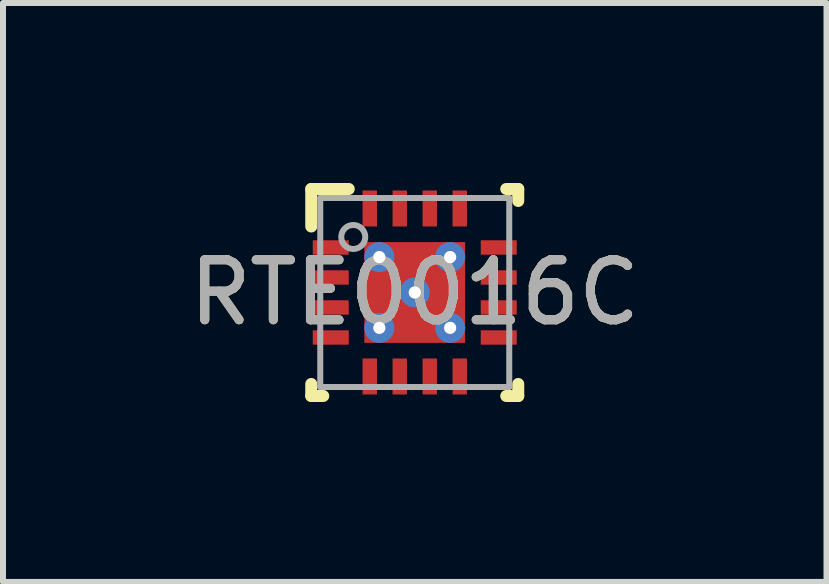
<source format=kicad_pcb>
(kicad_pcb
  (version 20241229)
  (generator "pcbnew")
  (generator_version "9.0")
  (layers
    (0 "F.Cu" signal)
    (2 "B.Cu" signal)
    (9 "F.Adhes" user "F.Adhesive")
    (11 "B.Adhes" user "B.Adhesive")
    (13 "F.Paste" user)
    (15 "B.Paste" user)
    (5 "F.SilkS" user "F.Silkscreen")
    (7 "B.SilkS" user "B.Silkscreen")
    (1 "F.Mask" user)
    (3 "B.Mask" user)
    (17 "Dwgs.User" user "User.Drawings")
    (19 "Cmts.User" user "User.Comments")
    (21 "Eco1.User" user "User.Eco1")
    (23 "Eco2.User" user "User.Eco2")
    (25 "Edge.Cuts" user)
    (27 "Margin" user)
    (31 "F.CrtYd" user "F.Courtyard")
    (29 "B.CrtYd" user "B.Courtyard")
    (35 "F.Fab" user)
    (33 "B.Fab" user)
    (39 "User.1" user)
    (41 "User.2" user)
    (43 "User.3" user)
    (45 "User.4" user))
  (footprint "RTE0016C"
    (layer "F.Cu")
    (at 3.863 1.825)
    (property "Reference" "RTE0016C" (at 0 0 0) (unlocked yes) (layer "F.SilkS") (effects (font (size 1 1) (thickness 0.15))))
    (attr smd)
    (fp_line (start -1.725 -1.725) (end -1.1 -1.725) (stroke (width 0.2) (type solid)) (layer "F.SilkS"))
    (fp_line (start -1.725 -1.1) (end -1.725 -1.725) (stroke (width 0.2) (type solid)) (layer "F.SilkS"))
    (fp_line (start -1.725 1.725) (end -1.725 1.525) (stroke (width 0.2) (type solid)) (layer "F.SilkS"))
    (fp_line (start -1.725 1.725) (end -1.525 1.725) (stroke (width 0.2) (type solid)) (layer "F.SilkS"))
    (fp_line (start 1.525 -1.725) (end 1.725 -1.725) (stroke (width 0.2) (type solid)) (layer "F.SilkS"))
    (fp_line (start 1.525 1.725) (end 1.725 1.725) (stroke (width 0.2) (type solid)) (layer "F.SilkS"))
    (fp_line (start 1.725 -1.525) (end 1.725 -1.725) (stroke (width 0.2) (type solid)) (layer "F.SilkS"))
    (fp_line (start 1.725 1.725) (end 1.725 1.525) (stroke (width 0.2) (type solid)) (layer "F.SilkS"))
    (fp_poly (pts (xy -0.775 0.728) (xy -0.775 -0.729) (xy -0.774 -0.738) (xy -0.771 -0.746) (xy -0.767 -0.754) (xy -0.761 -0.761) (xy -0.754 -0.767) (xy -0.746 -0.771) (xy -0.738 -0.774) (xy -0.729 -0.775) (xy 0.729 -0.775) (xy 0.738 -0.774) (xy 0.746 -0.771) (xy 0.754 -0.767) (xy 0.761 -0.761) (xy 0.767 -0.754) (xy 0.771 -0.746) (xy 0.774 -0.738) (xy 0.775 -0.729) (xy 0.775 0.728) (xy 0.774 0.738) (xy 0.771 0.746) (xy 0.767 0.754) (xy 0.761 0.761) (xy 0.754 0.767) (xy 0.746 0.771) (xy 0.738 0.774) (xy 0.729 0.775) (xy -0.729 0.775) (xy -0.738 0.774) (xy -0.746 0.771) (xy -0.754 0.767) (xy -0.761 0.761) (xy -0.767 0.754) (xy -0.771 0.746) (xy -0.774 0.738)) (stroke (width 0) (type solid)) (fill yes) (layer "F.Paste"))
    (fp_line (start -1.575 -1.575) (end 1.575 -1.575) (stroke (width 0.1) (type solid)) (layer "F.Fab"))
    (fp_line (start -1.575 1.575) (end -1.575 -1.575) (stroke (width 0.1) (type solid)) (layer "F.Fab"))
    (fp_line (start -1.575 1.575) (end 1.575 1.575) (stroke (width 0.1) (type solid)) (layer "F.Fab"))
    (fp_line (start 1.575 1.575) (end 1.575 -1.575) (stroke (width 0.1) (type solid)) (layer "F.Fab"))
    (fp_circle (center -1.025 -0.925) (end -0.825 -0.925) (stroke (width 0.1) (type solid)) (fill no) (layer "F.Fab"))
    (fp_text user "${REFERENCE}" (at 0 0 0) (unlocked yes) (layer "F.Fab") (effects (font (size 1 1) (thickness 0.15))))
    (pad "1" smd rect (at -1.4 -0.75 90) (size 0.24 0.6) (layers "F.Cu" "F.Mask" "F.Paste"))
    (pad "2" smd rect (at -1.4 -0.25 90) (size 0.24 0.6) (layers "F.Cu" "F.Mask" "F.Paste"))
    (pad "3" smd rect (at -1.4 0.25 90) (size 0.24 0.6) (layers "F.Cu" "F.Mask" "F.Paste"))
    (pad "4" smd rect (at -1.4 0.75 90) (size 0.24 0.6) (layers "F.Cu" "F.Mask" "F.Paste"))
    (pad "5" smd rect (at -0.75 1.4) (size 0.24 0.6) (layers "F.Cu" "F.Mask" "F.Paste"))
    (pad "6" smd rect (at -0.25 1.4) (size 0.24 0.6) (layers "F.Cu" "F.Mask" "F.Paste"))
    (pad "7" smd rect (at 0.25 1.4) (size 0.24 0.6) (layers "F.Cu" "F.Mask" "F.Paste"))
    (pad "8" smd rect (at 0.75 1.4) (size 0.24 0.6) (layers "F.Cu" "F.Mask" "F.Paste"))
    (pad "9" smd rect (at 1.4 0.75 90) (size 0.24 0.6) (layers "F.Cu" "F.Mask" "F.Paste"))
    (pad "10" smd rect (at 1.4 0.25 90) (size 0.24 0.6) (layers "F.Cu" "F.Mask" "F.Paste"))
    (pad "11" smd rect (at 1.4 -0.25 90) (size 0.24 0.6) (layers "F.Cu" "F.Mask" "F.Paste"))
    (pad "12" smd rect (at 1.4 -0.75 90) (size 0.24 0.6) (layers "F.Cu" "F.Mask" "F.Paste"))
    (pad "13" smd rect (at 0.75 -1.4) (size 0.24 0.6) (layers "F.Cu" "F.Mask" "F.Paste"))
    (pad "14" smd rect (at 0.25 -1.4) (size 0.24 0.6) (layers "F.Cu" "F.Mask" "F.Paste"))
    (pad "15" smd rect (at -0.25 -1.4) (size 0.24 0.6) (layers "F.Cu" "F.Mask" "F.Paste"))
    (pad "16" smd rect (at -0.75 -1.4) (size 0.24 0.6) (layers "F.Cu" "F.Mask" "F.Paste"))
    (pad "17" smd rect (at 0.000003 -0.000003) (size 1.68 1.68) (layers "F.Cu" "F.Mask"))
    (pad "V" thru_hole circle (at -0.59 -0.59) (size 0.5 0.5) (drill 0.203) (layers "*.Cu" "*.Mask"))
    (pad "V" thru_hole circle (at -0.59 0.59) (size 0.5 0.5) (drill 0.203) (layers "*.Cu" "*.Mask"))
    (pad "V" thru_hole circle (at 0 -0.000003) (size 0.5 0.5) (drill 0.203) (layers "*.Cu" "*.Mask"))
    (pad "V" thru_hole circle (at 0.59 -0.59) (size 0.5 0.5) (drill 0.203) (layers "*.Cu" "*.Mask"))
    (pad "V" thru_hole circle (at 0.59 0.59) (size 0.5 0.5) (drill 0.203) (layers "*.Cu" "*.Mask")))
  (gr_rect
    (start -3 -3)
    (end 10.726 6.65)
    (stroke (width 0.1) (type default))
    (fill no)
    (layer "Edge.Cuts")))
</source>
